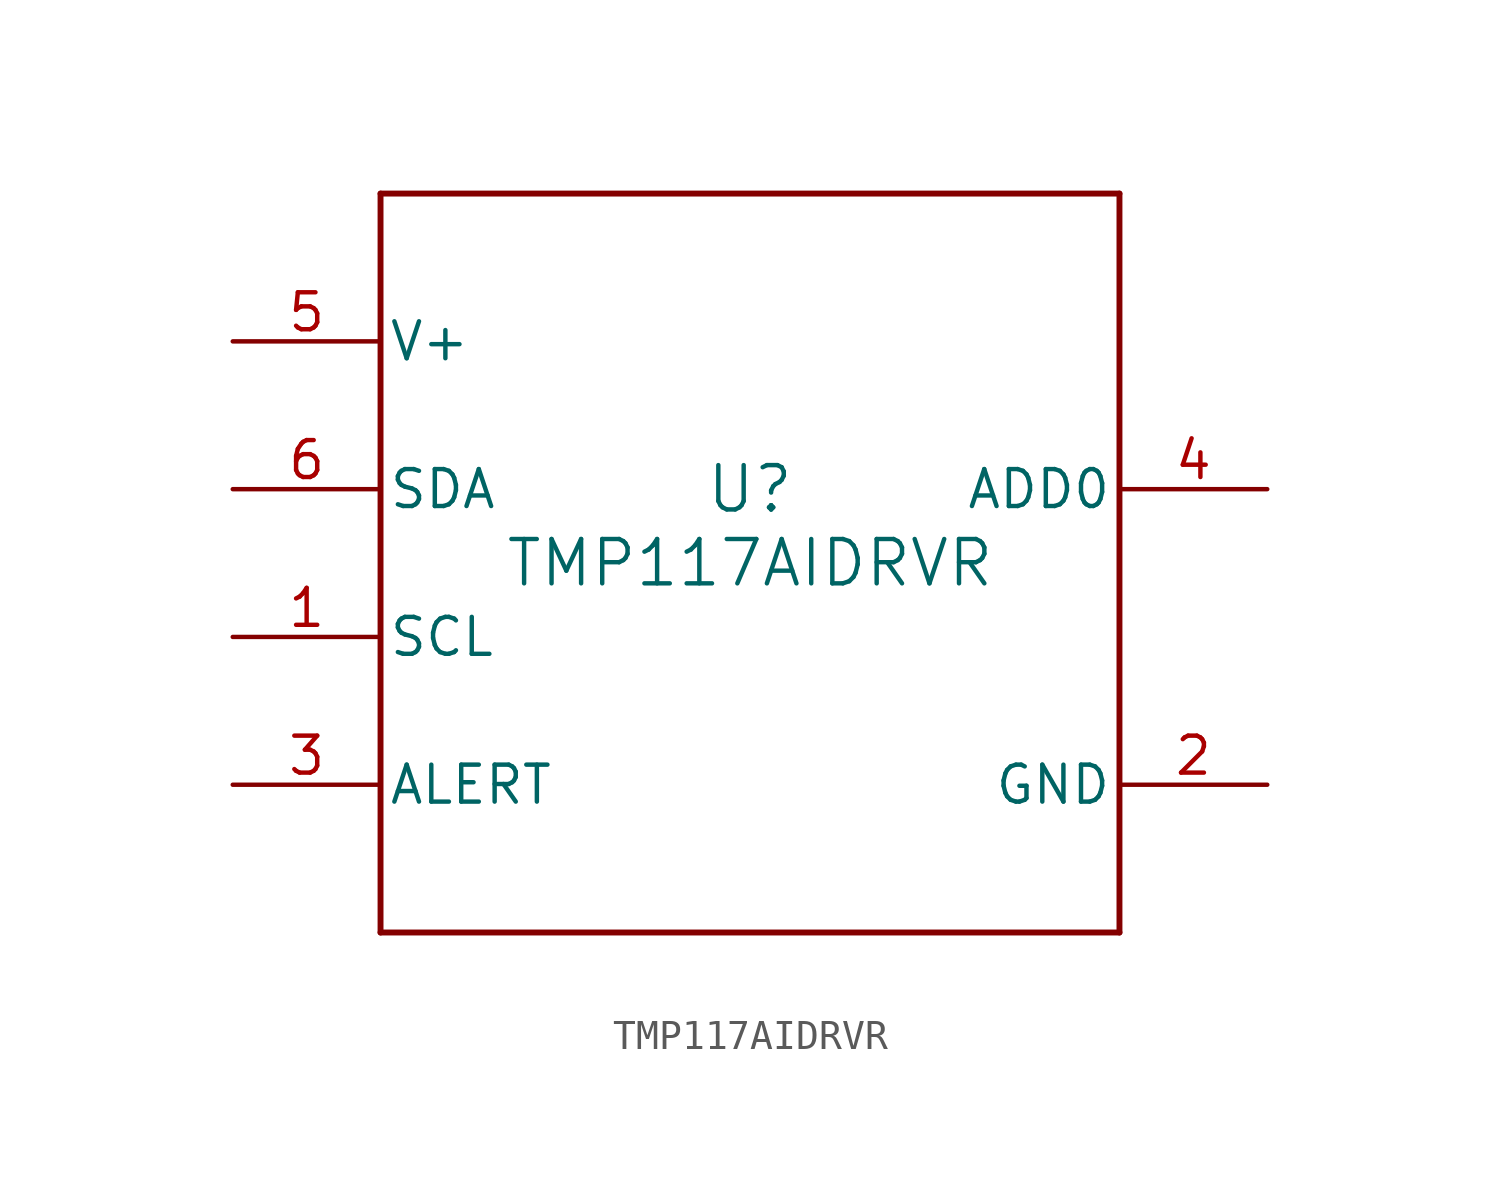
<source format=kicad_sym>
(kicad_symbol_lib
  (version 20220914)
  (generator kicad_symbol_editor)
  (symbol "TMP117AIDRVR"
    (pin_names
      (offset 0.254))
    (property "Reference" "U"
      (at 0 2.54 0)
      (effects (font (size 1.524 1.524))))
    (property "Value" "TMP117AIDRVR"
      (at 0 0 0)
      (effects (font (size 1.524 1.524))))
    (property "ki_locked" ""
      (at 0 0 0)
      (effects (font (size 1.27 1.27))))
    (symbol "TMP117AIDRVR_0_1"
      (polyline (pts (xy -12.7 -12.7) (xy 12.7 -12.7)) (stroke (width 0.203) (type default)) (fill (type none)))
      (polyline (pts (xy -12.7 12.7) (xy -12.7 -12.7)) (stroke (width 0.203) (type default)) (fill (type none)))
      (polyline (pts (xy 12.7 -12.7) (xy 12.7 12.7)) (stroke (width 0.203) (type default)) (fill (type none)))
      (polyline (pts (xy 12.7 12.7) (xy -12.7 12.7)) (stroke (width 0.203) (type default)) (fill (type none)))
      (pin open_collector line (at -17.78 -2.54 0) (length 5.08) (name "SCL" (effects (font (size 1.27 1.27)))) (number "1" (effects (font (size 1.27 1.27)))))
      (pin power_in line (at 17.78 -7.62 180) (length 5.08) (name "GND" (effects (font (size 1.27 1.27)))) (number "2" (effects (font (size 1.27 1.27)))))
      (pin open_collector line (at -17.78 -7.62 0) (length 5.08) (name "ALERT" (effects (font (size 1.27 1.27)))) (number "3" (effects (font (size 1.27 1.27)))))
      (pin input line (at 17.78 2.54 180) (length 5.08) (name "ADD0" (effects (font (size 1.27 1.27)))) (number "4" (effects (font (size 1.27 1.27)))))
      (pin power_in line (at -17.78 7.62 0) (length 5.08) (name "V+" (effects (font (size 1.27 1.27)))) (number "5" (effects (font (size 1.27 1.27)))))
      (pin bidirectional line (at -17.78 2.54 0) (length 5.08) (name "SDA" (effects (font (size 1.27 1.27)))) (number "6" (effects (font (size 1.27 1.27))))))))
</source>
